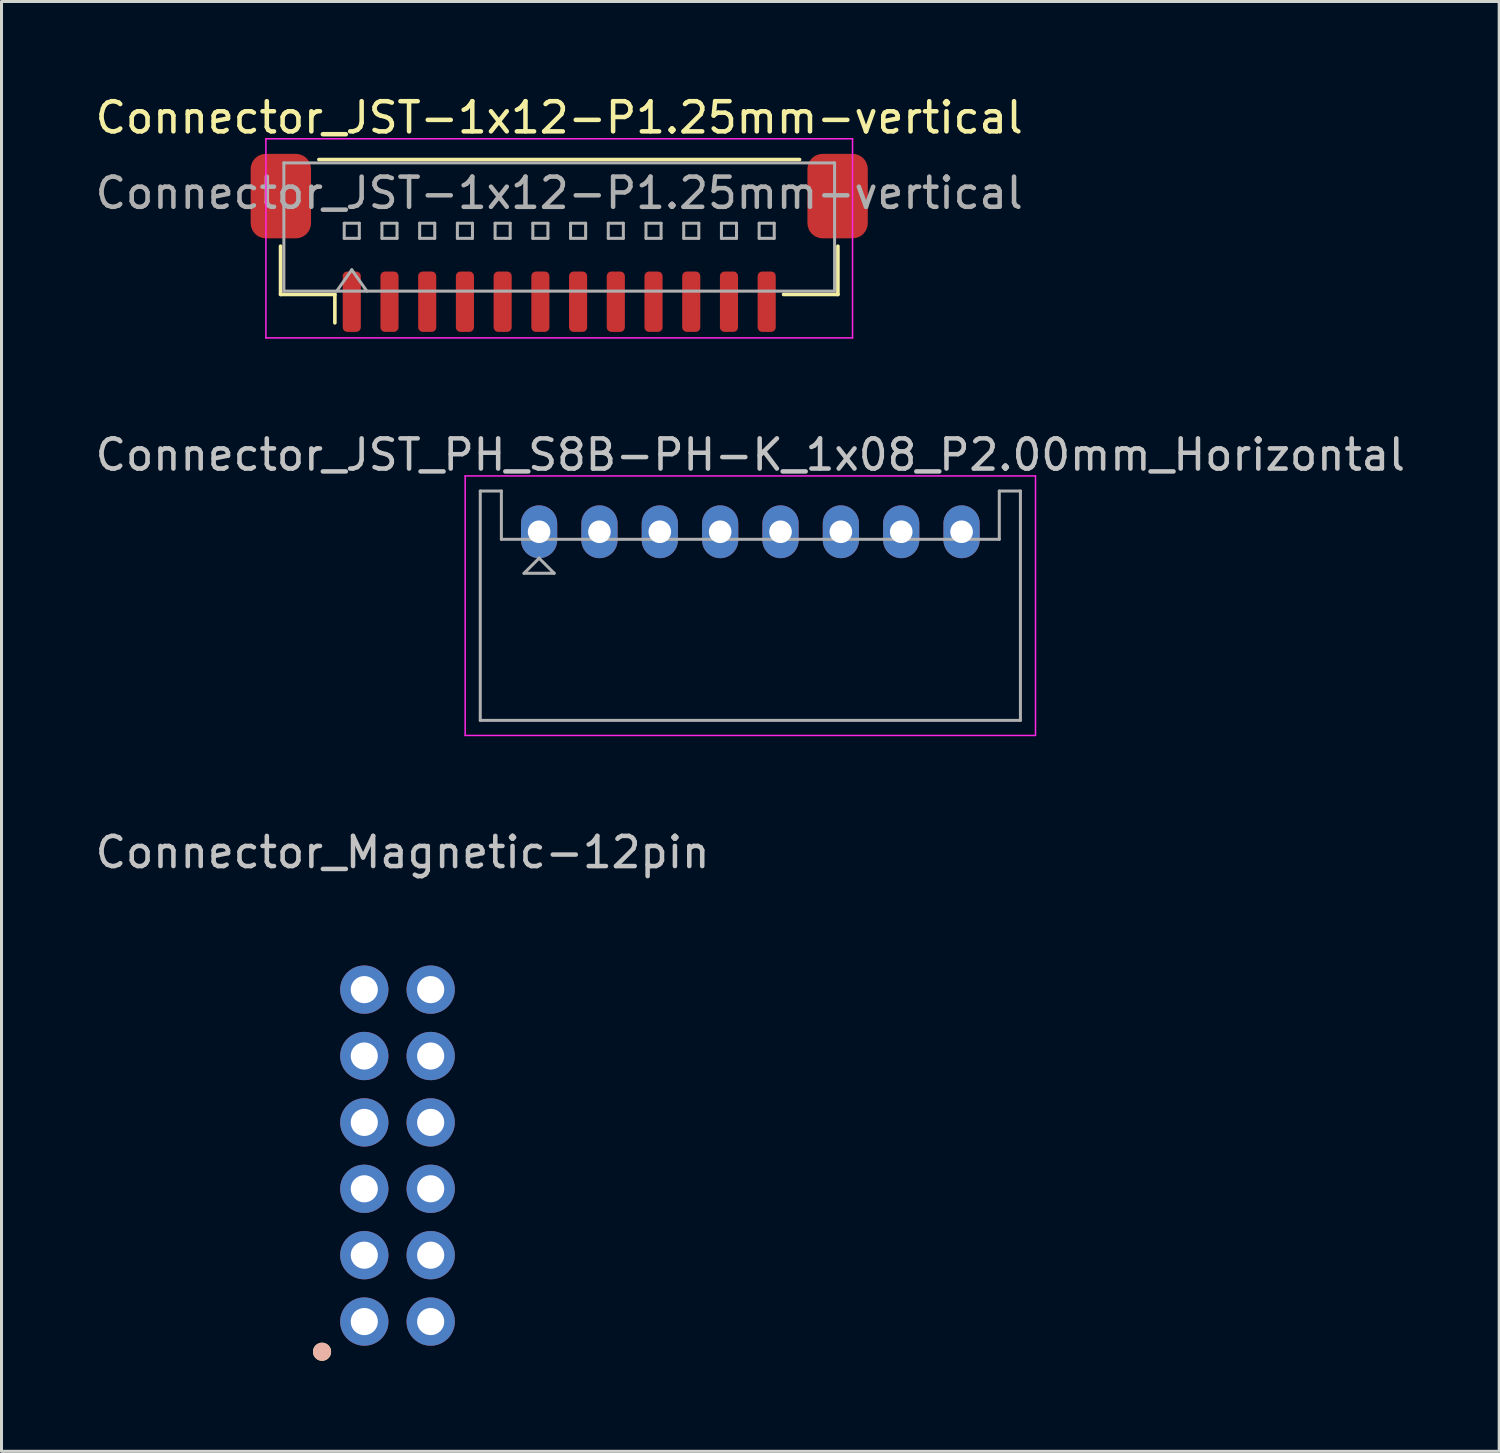
<source format=kicad_pcb>
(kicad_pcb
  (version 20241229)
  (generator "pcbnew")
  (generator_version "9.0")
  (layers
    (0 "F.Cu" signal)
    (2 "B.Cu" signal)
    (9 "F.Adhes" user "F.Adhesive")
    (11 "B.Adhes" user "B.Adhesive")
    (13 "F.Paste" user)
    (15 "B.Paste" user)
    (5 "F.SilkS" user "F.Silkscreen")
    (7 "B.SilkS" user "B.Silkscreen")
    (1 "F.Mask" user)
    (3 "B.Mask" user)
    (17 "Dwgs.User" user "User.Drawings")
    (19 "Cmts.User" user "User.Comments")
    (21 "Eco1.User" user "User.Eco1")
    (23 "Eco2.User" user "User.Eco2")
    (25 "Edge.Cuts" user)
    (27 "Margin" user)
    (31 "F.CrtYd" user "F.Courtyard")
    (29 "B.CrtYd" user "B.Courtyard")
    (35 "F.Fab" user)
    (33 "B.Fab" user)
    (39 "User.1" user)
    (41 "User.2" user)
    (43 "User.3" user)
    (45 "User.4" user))
  (footprint "Connector_Magnetic-12pin"
    (layer "F.Cu")
    (at 10.122 35.245)
    (property "Reference" "Connector_Magnetic-12pin" (at 0.17 -10.05 180) (layer "Dwgs.User") (effects (font (size 1 1) (thickness 0.15))))
    (attr through_hole)
    (fp_circle (center -2.5 6.5) (end -2.25 6.5) (stroke (width 0.1) (type solid)) (fill yes) (layer "F.SilkS"))
    (fp_circle (center -2.5 6.5) (end -2.25 6.5) (stroke (width 0.1) (type solid)) (fill yes) (layer "B.SilkS"))
    (pad "1" thru_hole circle (at -1.1 5.5 180) (size 1.6 1.6) (drill 0.9) (layers "*.Cu" "*.Mask"))
    (pad "2" thru_hole circle (at 1.1 5.5 180) (size 1.6 1.6) (drill 0.9) (layers "*.Cu" "*.Mask"))
    (pad "3" thru_hole circle (at -1.1 3.3 180) (size 1.6 1.6) (drill 0.9) (layers "*.Cu" "*.Mask"))
    (pad "4" thru_hole circle (at 1.1 3.3 180) (size 1.6 1.6) (drill 0.9) (layers "*.Cu" "*.Mask"))
    (pad "5" thru_hole circle (at -1.1 1.1 180) (size 1.6 1.6) (drill 0.9) (layers "*.Cu" "*.Mask"))
    (pad "6" thru_hole circle (at 1.1 1.1 180) (size 1.6 1.6) (drill 0.9) (layers "*.Cu" "*.Mask"))
    (pad "7" thru_hole circle (at -1.1 -1.1 180) (size 1.6 1.6) (drill 0.9) (layers "*.Cu" "*.Mask"))
    (pad "8" thru_hole circle (at 1.1 -1.1 180) (size 1.6 1.6) (drill 0.9) (layers "*.Cu" "*.Mask"))
    (pad "9" thru_hole circle (at -1.1 -3.3 180) (size 1.6 1.6) (drill 0.9) (layers "*.Cu" "*.Mask"))
    (pad "10" thru_hole circle (at 1.1 -3.3 180) (size 1.6 1.6) (drill 0.9) (layers "*.Cu" "*.Mask"))
    (pad "11" thru_hole circle (at -1.1 -5.5 180) (size 1.6 1.6) (drill 0.9) (layers "*.Cu" "*.Mask"))
    (pad "12" thru_hole circle (at 1.1 -5.5 180) (size 1.6 1.6) (drill 0.9) (layers "*.Cu" "*.Mask")))
  (footprint "Connector_JST_PH_S8B-PH-K_1x08_P2.00mm_Horizontal"
    (layer "F.Cu")
    (at 14.815 14.572)
    (property "Reference" "Connector_JST_PH_S8B-PH-K_1x08_P2.00mm_Horizontal" (at 7 -2.55 0) (layer "Dwgs.User") (effects (font (size 1 1) (thickness 0.15))))
    (attr through_hole)
    (fp_line (start -2.45 -1.85) (end -2.45 6.75) (stroke (width 0.05) (type solid)) (layer "F.CrtYd"))
    (fp_line (start -2.45 6.75) (end 16.45 6.75) (stroke (width 0.05) (type solid)) (layer "F.CrtYd"))
    (fp_line (start 16.45 -1.85) (end -2.45 -1.85) (stroke (width 0.05) (type solid)) (layer "F.CrtYd"))
    (fp_line (start 16.45 6.75) (end 16.45 -1.85) (stroke (width 0.05) (type solid)) (layer "F.CrtYd"))
    (fp_line (start -1.95 -1.35) (end -1.95 6.25) (stroke (width 0.1) (type solid)) (layer "F.Fab"))
    (fp_line (start -1.95 6.25) (end 15.95 6.25) (stroke (width 0.1) (type solid)) (layer "F.Fab"))
    (fp_line (start -1.25 -1.35) (end -1.95 -1.35) (stroke (width 0.1) (type solid)) (layer "F.Fab"))
    (fp_line (start -1.25 0.25) (end -1.25 -1.35) (stroke (width 0.1) (type solid)) (layer "F.Fab"))
    (fp_line (start -0.5 1.375) (end 0.5 1.375) (stroke (width 0.1) (type solid)) (layer "F.Fab"))
    (fp_line (start 0 0.875) (end -0.5 1.375) (stroke (width 0.1) (type solid)) (layer "F.Fab"))
    (fp_line (start 0.5 1.375) (end 0 0.875) (stroke (width 0.1) (type solid)) (layer "F.Fab"))
    (fp_line (start 15.25 -1.35) (end 15.25 0.25) (stroke (width 0.1) (type solid)) (layer "F.Fab"))
    (fp_line (start 15.25 0.25) (end -1.25 0.25) (stroke (width 0.1) (type solid)) (layer "F.Fab"))
    (fp_line (start 15.95 -1.35) (end 15.25 -1.35) (stroke (width 0.1) (type solid)) (layer "F.Fab"))
    (fp_line (start 15.95 6.25) (end 15.95 -1.35) (stroke (width 0.1) (type solid)) (layer "F.Fab"))
    (pad "1" thru_hole oval (at 0 0) (size 1.2 1.75) (drill 0.75) (layers "*.Cu" "*.Mask"))
    (pad "2" thru_hole oval (at 2 0) (size 1.2 1.75) (drill 0.75) (layers "*.Cu" "*.Mask"))
    (pad "3" thru_hole oval (at 4 0) (size 1.2 1.75) (drill 0.75) (layers "*.Cu" "*.Mask"))
    (pad "4" thru_hole oval (at 6 0) (size 1.2 1.75) (drill 0.75) (layers "*.Cu" "*.Mask"))
    (pad "5" thru_hole oval (at 8 0) (size 1.2 1.75) (drill 0.75) (layers "*.Cu" "*.Mask"))
    (pad "6" thru_hole oval (at 10 0) (size 1.2 1.75) (drill 0.75) (layers "*.Cu" "*.Mask"))
    (pad "7" thru_hole oval (at 12 0) (size 1.2 1.75) (drill 0.75) (layers "*.Cu" "*.Mask"))
    (pad "8" thru_hole oval (at 14 0) (size 1.2 1.75) (drill 0.75) (layers "*.Cu" "*.Mask")))
  (footprint "Connector_JST-1x12-P1.25mm-vertical"
    (layer "F.Cu")
    (at 15.482 4.848)
    (property "Reference" "Connector_JST-1x12-P1.25mm-vertical" (at 0 -4 0) (layer "F.SilkS") (effects (font (size 1 1) (thickness 0.15))))
    (attr smd)
    (fp_line (start -9.235 0.26) (end -9.235 1.86) (stroke (width 0.12) (type solid)) (layer "F.SilkS"))
    (fp_line (start -9.235 1.86) (end -7.435 1.86) (stroke (width 0.12) (type solid)) (layer "F.SilkS"))
    (fp_line (start -7.965 -2.61) (end 7.965 -2.61) (stroke (width 0.12) (type solid)) (layer "F.SilkS"))
    (fp_line (start -7.435 1.86) (end -7.435 2.8) (stroke (width 0.12) (type solid)) (layer "F.SilkS"))
    (fp_line (start 9.235 0.26) (end 9.235 1.86) (stroke (width 0.12) (type solid)) (layer "F.SilkS"))
    (fp_line (start 9.235 1.86) (end 7.435 1.86) (stroke (width 0.12) (type solid)) (layer "F.SilkS"))
    (fp_line (start -9.72 -3.3) (end -9.72 3.3) (stroke (width 0.05) (type solid)) (layer "F.CrtYd"))
    (fp_line (start -9.72 3.3) (end 9.72 3.3) (stroke (width 0.05) (type solid)) (layer "F.CrtYd"))
    (fp_line (start 9.72 -3.3) (end -9.72 -3.3) (stroke (width 0.05) (type solid)) (layer "F.CrtYd"))
    (fp_line (start 9.72 3.3) (end 9.72 -3.3) (stroke (width 0.05) (type solid)) (layer "F.CrtYd"))
    (fp_line (start -9.125 -2.5) (end 9.125 -2.5) (stroke (width 0.1) (type solid)) (layer "F.Fab"))
    (fp_line (start -9.125 1.75) (end -9.125 -2.5) (stroke (width 0.1) (type solid)) (layer "F.Fab"))
    (fp_line (start -9.125 1.75) (end 9.125 1.75) (stroke (width 0.1) (type solid)) (layer "F.Fab"))
    (fp_line (start -7.375 1.75) (end -6.875 1.043) (stroke (width 0.1) (type solid)) (layer "F.Fab"))
    (fp_line (start -7.125 -0.5) (end -7.125 0) (stroke (width 0.1) (type solid)) (layer "F.Fab"))
    (fp_line (start -7.125 0) (end -6.625 0) (stroke (width 0.1) (type solid)) (layer "F.Fab"))
    (fp_line (start -6.875 1.043) (end -6.375 1.75) (stroke (width 0.1) (type solid)) (layer "F.Fab"))
    (fp_line (start -6.625 -0.5) (end -7.125 -0.5) (stroke (width 0.1) (type solid)) (layer "F.Fab"))
    (fp_line (start -6.625 0) (end -6.625 -0.5) (stroke (width 0.1) (type solid)) (layer "F.Fab"))
    (fp_line (start -5.875 -0.5) (end -5.875 0) (stroke (width 0.1) (type solid)) (layer "F.Fab"))
    (fp_line (start -5.875 0) (end -5.375 0) (stroke (width 0.1) (type solid)) (layer "F.Fab"))
    (fp_line (start -5.375 -0.5) (end -5.875 -0.5) (stroke (width 0.1) (type solid)) (layer "F.Fab"))
    (fp_line (start -5.375 0) (end -5.375 -0.5) (stroke (width 0.1) (type solid)) (layer "F.Fab"))
    (fp_line (start -4.625 -0.5) (end -4.625 0) (stroke (width 0.1) (type solid)) (layer "F.Fab"))
    (fp_line (start -4.625 0) (end -4.125 0) (stroke (width 0.1) (type solid)) (layer "F.Fab"))
    (fp_line (start -4.125 -0.5) (end -4.625 -0.5) (stroke (width 0.1) (type solid)) (layer "F.Fab"))
    (fp_line (start -4.125 0) (end -4.125 -0.5) (stroke (width 0.1) (type solid)) (layer "F.Fab"))
    (fp_line (start -3.375 -0.5) (end -3.375 0) (stroke (width 0.1) (type solid)) (layer "F.Fab"))
    (fp_line (start -3.375 0) (end -2.875 0) (stroke (width 0.1) (type solid)) (layer "F.Fab"))
    (fp_line (start -2.875 -0.5) (end -3.375 -0.5) (stroke (width 0.1) (type solid)) (layer "F.Fab"))
    (fp_line (start -2.875 0) (end -2.875 -0.5) (stroke (width 0.1) (type solid)) (layer "F.Fab"))
    (fp_line (start -2.125 -0.5) (end -2.125 0) (stroke (width 0.1) (type solid)) (layer "F.Fab"))
    (fp_line (start -2.125 0) (end -1.625 0) (stroke (width 0.1) (type solid)) (layer "F.Fab"))
    (fp_line (start -1.625 -0.5) (end -2.125 -0.5) (stroke (width 0.1) (type solid)) (layer "F.Fab"))
    (fp_line (start -1.625 0) (end -1.625 -0.5) (stroke (width 0.1) (type solid)) (layer "F.Fab"))
    (fp_line (start -0.875 -0.5) (end -0.875 0) (stroke (width 0.1) (type solid)) (layer "F.Fab"))
    (fp_line (start -0.875 0) (end -0.375 0) (stroke (width 0.1) (type solid)) (layer "F.Fab"))
    (fp_line (start -0.375 -0.5) (end -0.875 -0.5) (stroke (width 0.1) (type solid)) (layer "F.Fab"))
    (fp_line (start -0.375 0) (end -0.375 -0.5) (stroke (width 0.1) (type solid)) (layer "F.Fab"))
    (fp_line (start 0.375 -0.5) (end 0.375 0) (stroke (width 0.1) (type solid)) (layer "F.Fab"))
    (fp_line (start 0.375 0) (end 0.875 0) (stroke (width 0.1) (type solid)) (layer "F.Fab"))
    (fp_line (start 0.875 -0.5) (end 0.375 -0.5) (stroke (width 0.1) (type solid)) (layer "F.Fab"))
    (fp_line (start 0.875 0) (end 0.875 -0.5) (stroke (width 0.1) (type solid)) (layer "F.Fab"))
    (fp_line (start 1.625 -0.5) (end 1.625 0) (stroke (width 0.1) (type solid)) (layer "F.Fab"))
    (fp_line (start 1.625 0) (end 2.125 0) (stroke (width 0.1) (type solid)) (layer "F.Fab"))
    (fp_line (start 2.125 -0.5) (end 1.625 -0.5) (stroke (width 0.1) (type solid)) (layer "F.Fab"))
    (fp_line (start 2.125 0) (end 2.125 -0.5) (stroke (width 0.1) (type solid)) (layer "F.Fab"))
    (fp_line (start 2.875 -0.5) (end 2.875 0) (stroke (width 0.1) (type solid)) (layer "F.Fab"))
    (fp_line (start 2.875 0) (end 3.375 0) (stroke (width 0.1) (type solid)) (layer "F.Fab"))
    (fp_line (start 3.375 -0.5) (end 2.875 -0.5) (stroke (width 0.1) (type solid)) (layer "F.Fab"))
    (fp_line (start 3.375 0) (end 3.375 -0.5) (stroke (width 0.1) (type solid)) (layer "F.Fab"))
    (fp_line (start 4.125 -0.5) (end 4.125 0) (stroke (width 0.1) (type solid)) (layer "F.Fab"))
    (fp_line (start 4.125 0) (end 4.625 0) (stroke (width 0.1) (type solid)) (layer "F.Fab"))
    (fp_line (start 4.625 -0.5) (end 4.125 -0.5) (stroke (width 0.1) (type solid)) (layer "F.Fab"))
    (fp_line (start 4.625 0) (end 4.625 -0.5) (stroke (width 0.1) (type solid)) (layer "F.Fab"))
    (fp_line (start 5.375 -0.5) (end 5.375 0) (stroke (width 0.1) (type solid)) (layer "F.Fab"))
    (fp_line (start 5.375 0) (end 5.875 0) (stroke (width 0.1) (type solid)) (layer "F.Fab"))
    (fp_line (start 5.875 -0.5) (end 5.375 -0.5) (stroke (width 0.1) (type solid)) (layer "F.Fab"))
    (fp_line (start 5.875 0) (end 5.875 -0.5) (stroke (width 0.1) (type solid)) (layer "F.Fab"))
    (fp_line (start 6.625 -0.5) (end 6.625 0) (stroke (width 0.1) (type solid)) (layer "F.Fab"))
    (fp_line (start 6.625 0) (end 7.125 0) (stroke (width 0.1) (type solid)) (layer "F.Fab"))
    (fp_line (start 7.125 -0.5) (end 6.625 -0.5) (stroke (width 0.1) (type solid)) (layer "F.Fab"))
    (fp_line (start 7.125 0) (end 7.125 -0.5) (stroke (width 0.1) (type solid)) (layer "F.Fab"))
    (fp_line (start 9.125 1.75) (end 9.125 -2.5) (stroke (width 0.1) (type solid)) (layer "F.Fab"))
    (fp_text user "${REFERENCE}" (at 0 -1.5 0) (layer "F.Fab") (effects (font (size 1 1) (thickness 0.15))))
    (pad "1" smd roundrect (at -6.875 2.1) (size 0.6 2) (layers "F.Cu" "F.Mask" "F.Paste") (roundrect_rratio 0.25))
    (pad "2" smd roundrect (at -5.625 2.1) (size 0.6 2) (layers "F.Cu" "F.Mask" "F.Paste") (roundrect_rratio 0.25))
    (pad "3" smd roundrect (at -4.375 2.1) (size 0.6 2) (layers "F.Cu" "F.Mask" "F.Paste") (roundrect_rratio 0.25))
    (pad "4" smd roundrect (at -3.125 2.1) (size 0.6 2) (layers "F.Cu" "F.Mask" "F.Paste") (roundrect_rratio 0.25))
    (pad "5" smd roundrect (at -1.875 2.1) (size 0.6 2) (layers "F.Cu" "F.Mask" "F.Paste") (roundrect_rratio 0.25))
    (pad "6" smd roundrect (at -0.625 2.1) (size 0.6 2) (layers "F.Cu" "F.Mask" "F.Paste") (roundrect_rratio 0.25))
    (pad "7" smd roundrect (at 0.625 2.1) (size 0.6 2) (layers "F.Cu" "F.Mask" "F.Paste") (roundrect_rratio 0.25))
    (pad "8" smd roundrect (at 1.875 2.1) (size 0.6 2) (layers "F.Cu" "F.Mask" "F.Paste") (roundrect_rratio 0.25))
    (pad "9" smd roundrect (at 3.125 2.1) (size 0.6 2) (layers "F.Cu" "F.Mask" "F.Paste") (roundrect_rratio 0.25))
    (pad "10" smd roundrect (at 4.375 2.1) (size 0.6 2) (layers "F.Cu" "F.Mask" "F.Paste") (roundrect_rratio 0.25))
    (pad "11" smd roundrect (at 5.625 2.1) (size 0.6 2) (layers "F.Cu" "F.Mask" "F.Paste") (roundrect_rratio 0.25))
    (pad "12" smd roundrect (at 6.875 2.1) (size 0.6 2) (layers "F.Cu" "F.Mask" "F.Paste") (roundrect_rratio 0.25))
    (pad "MP" smd roundrect (at -9.225 -1.4) (size 2 2.8) (layers "F.Cu" "F.Mask" "F.Paste") (roundrect_rratio 0.25))
    (pad "MP" smd roundrect (at 9.225 -1.4) (size 2 2.8) (layers "F.Cu" "F.Mask" "F.Paste") (roundrect_rratio 0.25)))
  (gr_rect
    (start -3 -3)
    (end 46.631 45.045)
    (stroke (width 0.1) (type default))
    (fill no)
    (layer "Edge.Cuts")))
</source>
